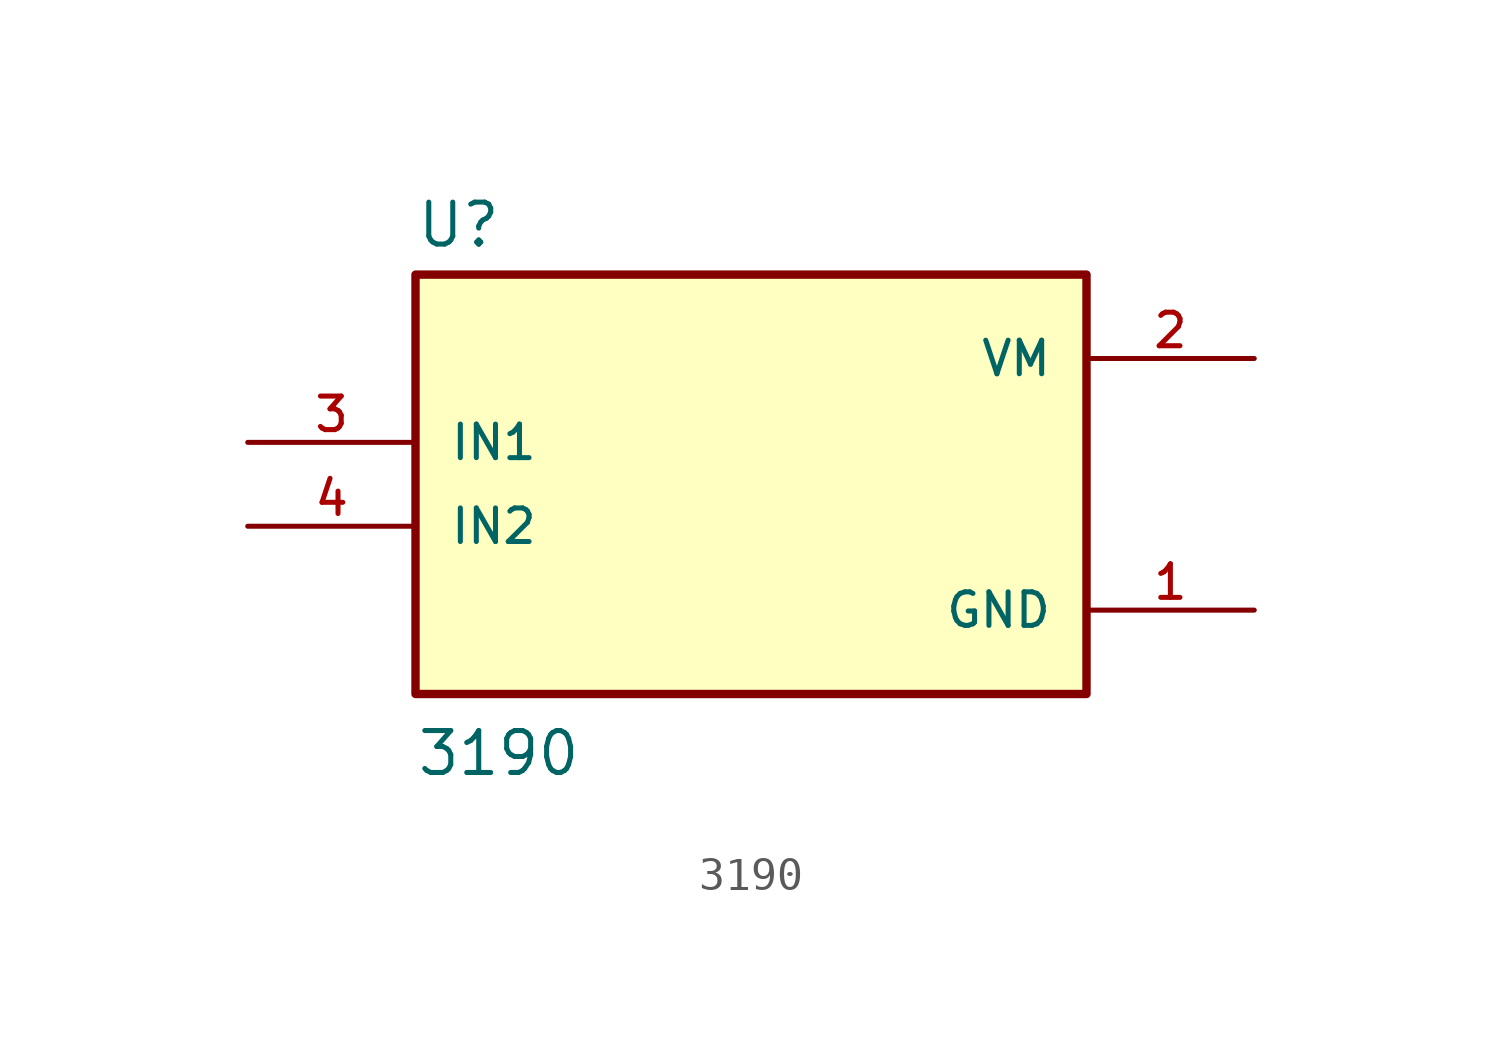
<source format=kicad_sym>
(kicad_symbol_lib
  (version 20211014)
  (generator kicad_symbol_editor)
  (symbol "3190"
    (pin_names
      (offset 1.016))
    (property "Reference" "U"
      (at -10.16 5.842 0)
      (effects (font (size 1.27 1.27)) (justify bottom left)))
    (property "Value" "3190"
      (at -10.16 -10.16 0)
      (effects (font (size 1.27 1.27)) (justify bottom left)))
    (symbol "3190_0_0"
      (rectangle (start -10.16 -7.62) (end 10.16 5.08) (stroke (width 0.254)) (fill (type background)))
      (pin input line (at -15.24 0.0 0) (length 5.08) (name "IN1" (effects (font (size 1.016 1.016)))) (number "3" (effects (font (size 1.016 1.016)))))
      (pin input line (at -15.24 -2.54 0) (length 5.08) (name "IN2" (effects (font (size 1.016 1.016)))) (number "4" (effects (font (size 1.016 1.016)))))
      (pin power_in line (at 15.24 2.54 180.0) (length 5.08) (name "VM" (effects (font (size 1.016 1.016)))) (number "2" (effects (font (size 1.016 1.016)))))
      (pin power_in line (at 15.24 -5.08 180.0) (length 5.08) (name "GND" (effects (font (size 1.016 1.016)))) (number "1" (effects (font (size 1.016 1.016))))))))
</source>
